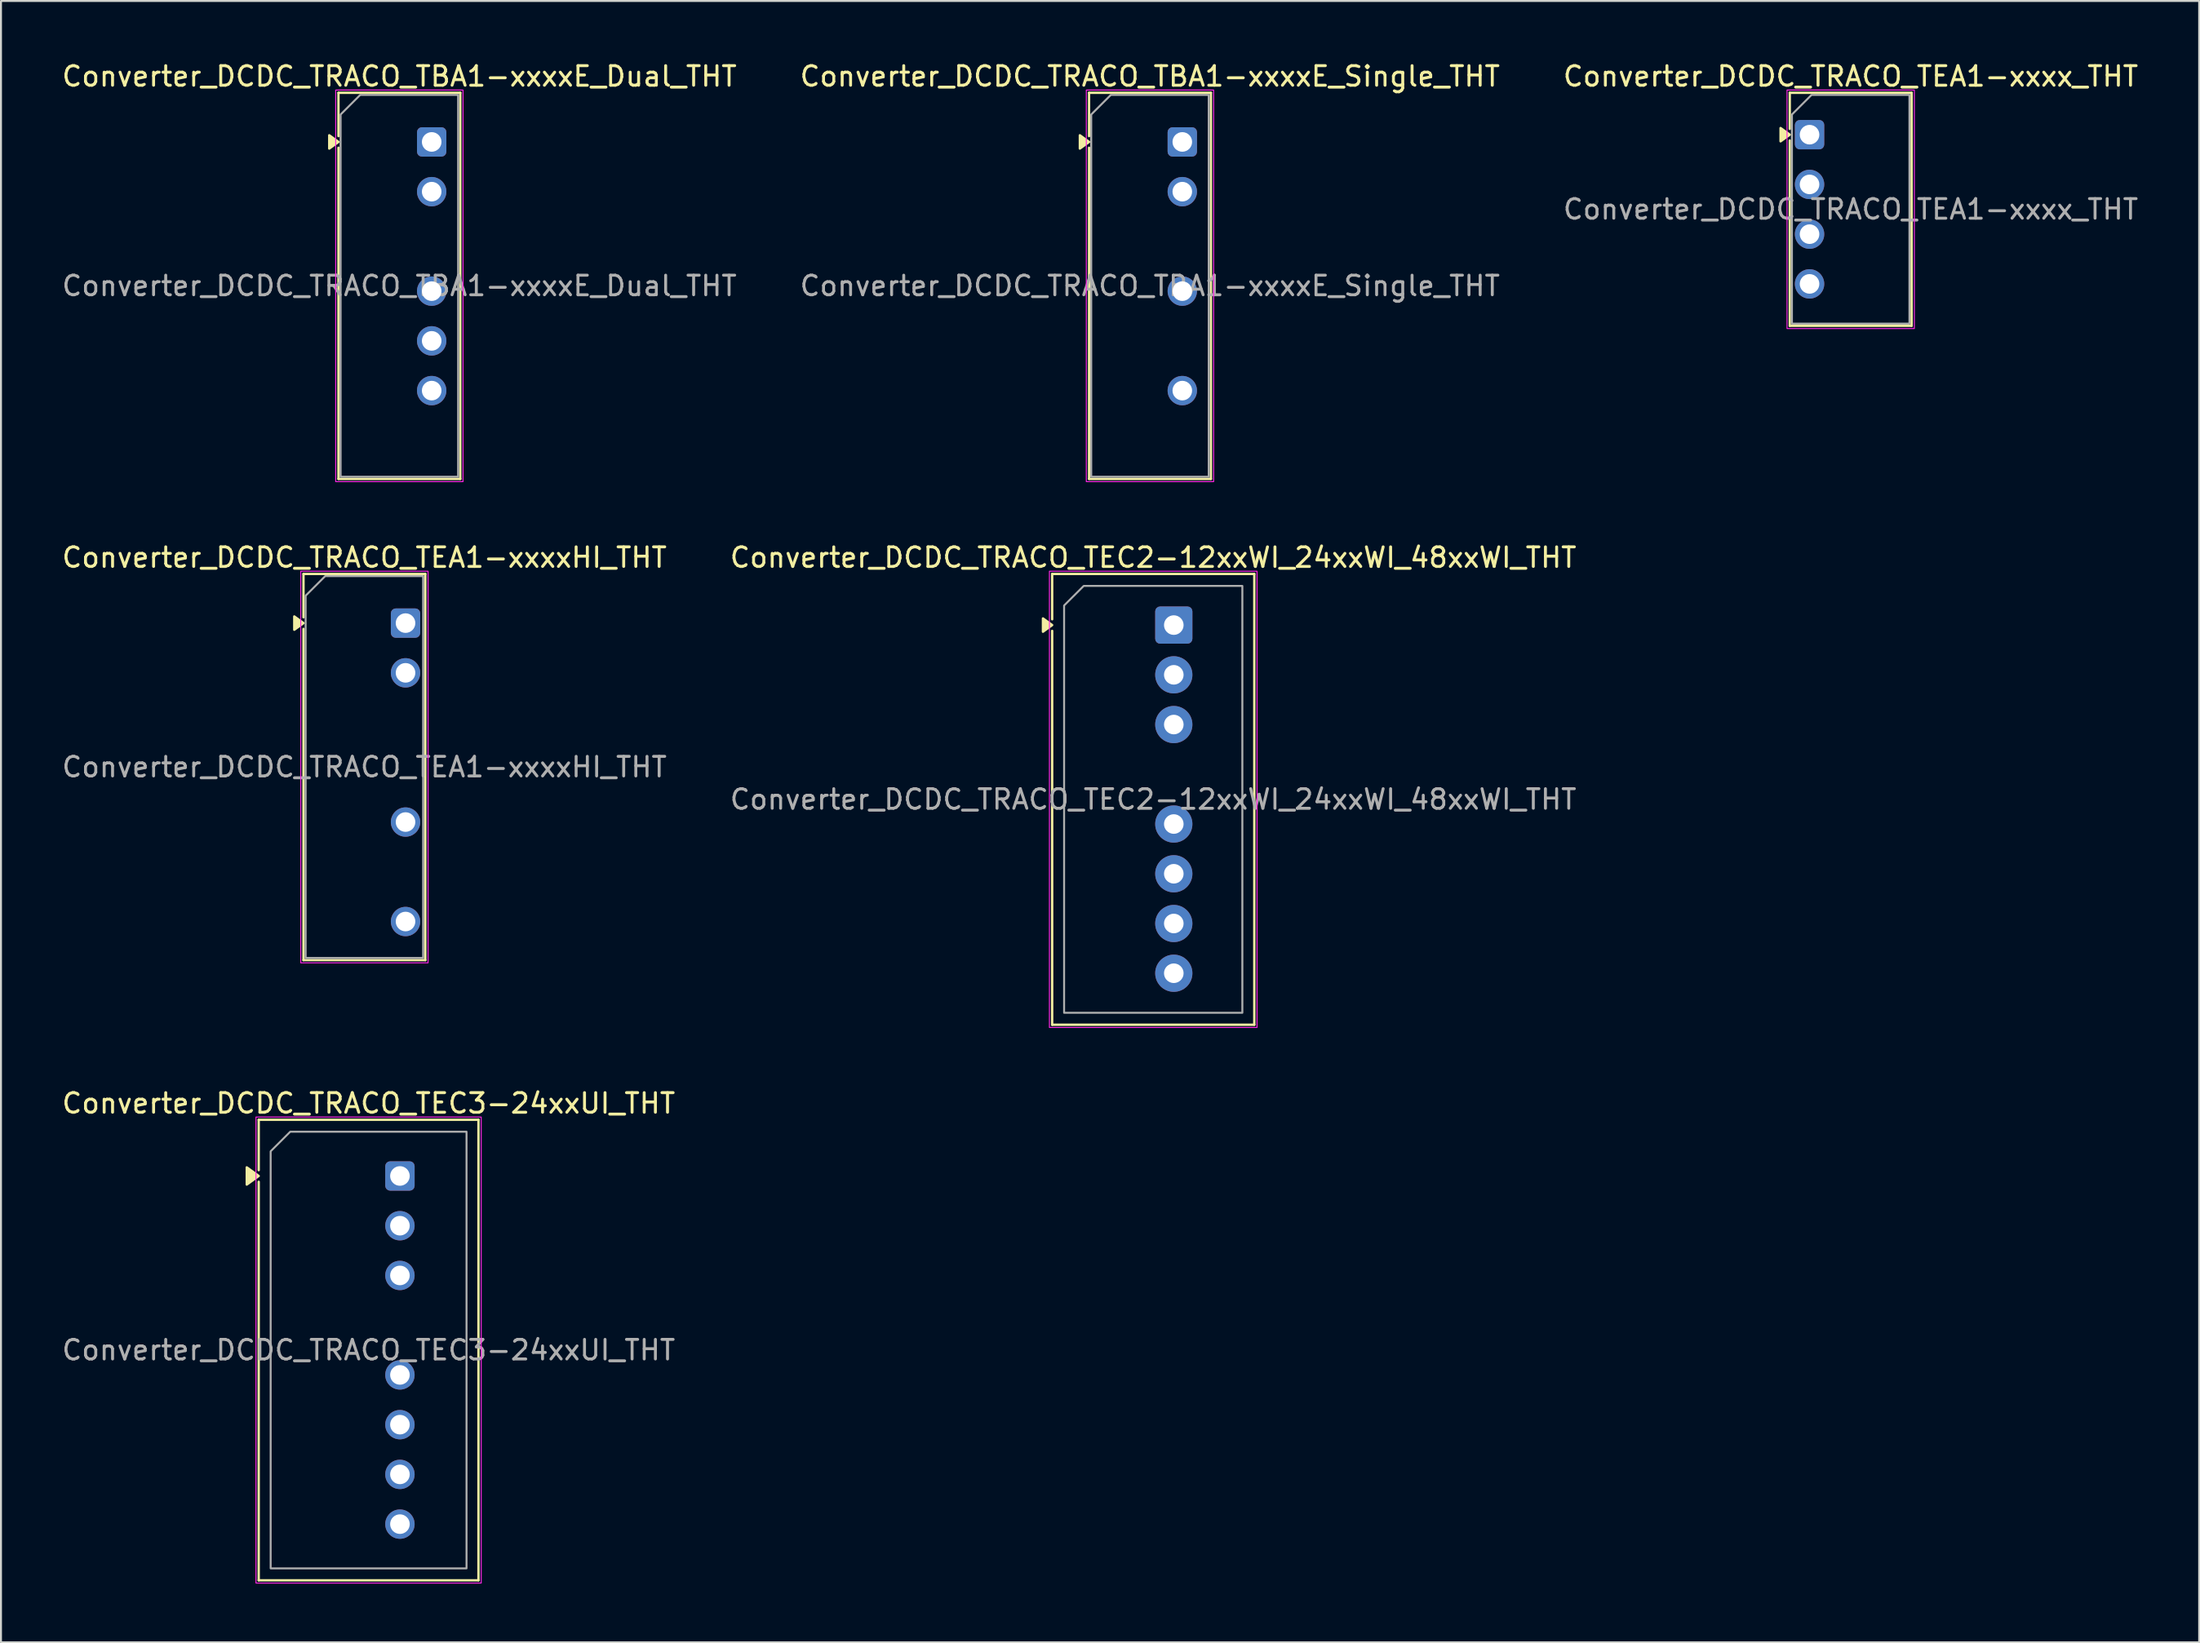
<source format=kicad_pcb>
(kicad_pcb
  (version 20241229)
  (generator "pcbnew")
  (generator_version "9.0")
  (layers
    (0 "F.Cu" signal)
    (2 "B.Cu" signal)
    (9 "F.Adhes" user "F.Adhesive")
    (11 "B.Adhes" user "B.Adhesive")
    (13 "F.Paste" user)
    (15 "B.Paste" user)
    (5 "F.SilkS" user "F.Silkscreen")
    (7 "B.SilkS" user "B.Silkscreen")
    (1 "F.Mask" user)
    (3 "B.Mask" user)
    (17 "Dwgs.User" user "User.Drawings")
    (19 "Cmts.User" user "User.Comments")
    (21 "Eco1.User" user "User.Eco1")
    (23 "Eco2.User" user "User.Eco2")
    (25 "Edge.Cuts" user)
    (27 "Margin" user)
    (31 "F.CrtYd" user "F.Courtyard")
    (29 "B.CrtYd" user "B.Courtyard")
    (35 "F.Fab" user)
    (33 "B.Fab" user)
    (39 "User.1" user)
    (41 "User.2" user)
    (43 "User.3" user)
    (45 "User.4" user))
  (footprint "Converter_DCDC_TRACO_TBA1-xxxxE_Dual_THT"
    (layer "F.Cu")
    (at 18.989 4.198)
    (property "Reference" "Converter_DCDC_TRACO_TBA1-xxxxE_Dual_THT" (at -1.65 -3.35 0) (layer "F.SilkS") (effects (font (size 1 1) (thickness 0.15))))
    (attr through_hole)
    (fp_line (start -4.76 -2.51) (end 1.46 -2.51) (stroke (width 0.12) (type solid)) (layer "F.SilkS"))
    (fp_line (start -4.76 -0.296) (end -4.76 -2.51) (stroke (width 0.12) (type solid)) (layer "F.SilkS"))
    (fp_line (start -4.76 17.21) (end -4.76 0.296) (stroke (width 0.12) (type solid)) (layer "F.SilkS"))
    (fp_line (start 1.46 -2.51) (end 1.46 17.21) (stroke (width 0.12) (type solid)) (layer "F.SilkS"))
    (fp_line (start 1.46 17.21) (end -4.76 17.21) (stroke (width 0.12) (type solid)) (layer "F.SilkS"))
    (fp_poly (pts (xy -4.76 0) (xy -5.23 0.34) (xy -5.23 -0.34)) (stroke (width 0.12) (type solid)) (fill yes) (layer "F.SilkS"))
    (fp_rect (start -4.9 -2.65) (end 1.6 17.35) (stroke (width 0.05) (type solid)) (fill no) (layer "F.CrtYd"))
    (fp_poly (pts (xy -4.65 -1.4) (xy -4.65 17.1) (xy 1.35 17.1) (xy 1.35 -2.4) (xy -3.65 -2.4)) (stroke (width 0.1) (type solid)) (fill no) (layer "F.Fab"))
    (fp_text user "${REFERENCE}" (at -1.65 7.35 0) (layer "F.Fab") (effects (font (size 1 1) (thickness 0.15))))
    (pad "1" thru_hole roundrect (at 0 0) (size 1.5 1.5) (drill 1) (layers "*.Cu" "*.Mask") (roundrect_rratio 0.167))
    (pad "2" thru_hole circle (at 0 2.54) (size 1.5 1.5) (drill 1) (layers "*.Cu" "*.Mask"))
    (pad "4" thru_hole circle (at 0 7.62) (size 1.5 1.5) (drill 1) (layers "*.Cu" "*.Mask"))
    (pad "5" thru_hole circle (at 0 10.16) (size 1.5 1.5) (drill 1) (layers "*.Cu" "*.Mask"))
    (pad "6" thru_hole circle (at 0 12.7) (size 1.5 1.5) (drill 1) (layers "*.Cu" "*.Mask")))
  (footprint "Converter_DCDC_TRACO_TEA1-xxxxHI_THT"
    (layer "F.Cu")
    (at 17.654 28.771)
    (property "Reference" "Converter_DCDC_TRACO_TEA1-xxxxHI_THT" (at -2.1 -3.35 0) (layer "F.SilkS") (effects (font (size 1 1) (thickness 0.15))))
    (attr through_hole)
    (fp_line (start -5.21 -2.51) (end 1.01 -2.51) (stroke (width 0.12) (type solid)) (layer "F.SilkS"))
    (fp_line (start -5.21 -0.296) (end -5.21 -2.51) (stroke (width 0.12) (type solid)) (layer "F.SilkS"))
    (fp_line (start -5.21 17.21) (end -5.21 0.296) (stroke (width 0.12) (type solid)) (layer "F.SilkS"))
    (fp_line (start 1.01 -2.51) (end 1.01 17.21) (stroke (width 0.12) (type solid)) (layer "F.SilkS"))
    (fp_line (start 1.01 17.21) (end -5.21 17.21) (stroke (width 0.12) (type solid)) (layer "F.SilkS"))
    (fp_poly (pts (xy -5.21 0) (xy -5.68 0.34) (xy -5.68 -0.34)) (stroke (width 0.12) (type solid)) (fill yes) (layer "F.SilkS"))
    (fp_rect (start -5.35 -2.65) (end 1.15 17.35) (stroke (width 0.05) (type solid)) (fill no) (layer "F.CrtYd"))
    (fp_poly (pts (xy -5.1 -1.4) (xy -5.1 17.1) (xy 0.9 17.1) (xy 0.9 -2.4) (xy -4.1 -2.4)) (stroke (width 0.1) (type solid)) (fill no) (layer "F.Fab"))
    (fp_text user "${REFERENCE}" (at -2.1 7.35 0) (layer "F.Fab") (effects (font (size 1 1) (thickness 0.15))))
    (pad "1" thru_hole roundrect (at 0 0) (size 1.5 1.5) (drill 1) (layers "*.Cu" "*.Mask") (roundrect_rratio 0.167))
    (pad "2" thru_hole circle (at 0 2.54) (size 1.5 1.5) (drill 1) (layers "*.Cu" "*.Mask"))
    (pad "5" thru_hole circle (at 0 10.16) (size 1.5 1.5) (drill 1) (layers "*.Cu" "*.Mask"))
    (pad "7" thru_hole circle (at 0 15.24) (size 1.5 1.5) (drill 1) (layers "*.Cu" "*.Mask")))
  (footprint "Converter_DCDC_TRACO_TEC3-24xxUI_THT"
    (layer "F.Cu")
    (at 17.368 57.005)
    (property "Reference" "Converter_DCDC_TRACO_TEC3-24xxUI_THT" (at -1.6 -3.71 0) (layer "F.SilkS") (effects (font (size 1 1) (thickness 0.15))))
    (attr through_hole)
    (fp_line (start -7.21 -2.87) (end 4.01 -2.87) (stroke (width 0.12) (type solid)) (layer "F.SilkS"))
    (fp_line (start -7.21 -0.296) (end -7.21 -2.87) (stroke (width 0.12) (type solid)) (layer "F.SilkS"))
    (fp_line (start -7.21 20.65) (end -7.21 0.296) (stroke (width 0.12) (type solid)) (layer "F.SilkS"))
    (fp_line (start 4.01 -2.87) (end 4.01 20.65) (stroke (width 0.12) (type solid)) (layer "F.SilkS"))
    (fp_line (start 4.01 20.65) (end -7.21 20.65) (stroke (width 0.12) (type solid)) (layer "F.SilkS"))
    (fp_poly (pts (xy -7.21 0) (xy -7.82 0.44) (xy -7.82 -0.44)) (stroke (width 0.12) (type solid)) (fill yes) (layer "F.SilkS"))
    (fp_rect (start -7.35 -3.01) (end 4.15 20.79) (stroke (width 0.05) (type solid)) (fill no) (layer "F.CrtYd"))
    (fp_poly (pts (xy -6.6 -1.26) (xy -6.6 20.04) (xy 3.4 20.04) (xy 3.4 -2.26) (xy -5.6 -2.26)) (stroke (width 0.1) (type solid)) (fill no) (layer "F.Fab"))
    (fp_text user "${REFERENCE}" (at -1.6 8.89 0) (layer "F.Fab") (effects (font (size 1 1) (thickness 0.15))))
    (pad "1" thru_hole roundrect (at 0 0) (size 1.5 1.5) (drill 1) (layers "*.Cu" "*.Mask") (roundrect_rratio 0.167))
    (pad "2" thru_hole circle (at 0 2.54) (size 1.5 1.5) (drill 1) (layers "*.Cu" "*.Mask"))
    (pad "3" thru_hole circle (at 0 5.08) (size 1.5 1.5) (drill 1) (layers "*.Cu" "*.Mask"))
    (pad "5" thru_hole circle (at 0 10.16) (size 1.5 1.5) (drill 1) (layers "*.Cu" "*.Mask"))
    (pad "6" thru_hole circle (at 0 12.7) (size 1.5 1.5) (drill 1) (layers "*.Cu" "*.Mask"))
    (pad "7" thru_hole circle (at 0 15.24) (size 1.5 1.5) (drill 1) (layers "*.Cu" "*.Mask"))
    (pad "8" thru_hole circle (at 0 17.78) (size 1.5 1.5) (drill 1) (layers "*.Cu" "*.Mask")))
  (footprint "Converter_DCDC_TRACO_TEC2-12xxWI_24xxWI_48xxWI_THT"
    (layer "F.Cu")
    (at 56.877 28.872)
    (property "Reference" "Converter_DCDC_TRACO_TEC2-12xxWI_24xxWI_48xxWI_THT" (at -1.05 -3.45 0) (layer "F.SilkS") (effects (font (size 1 1) (thickness 0.15))))
    (attr through_hole)
    (fp_line (start -6.21 -2.61) (end 4.11 -2.61) (stroke (width 0.12) (type solid)) (layer "F.SilkS"))
    (fp_line (start -6.21 -0.296) (end -6.21 -2.61) (stroke (width 0.12) (type solid)) (layer "F.SilkS"))
    (fp_line (start -6.21 20.41) (end -6.21 0.296) (stroke (width 0.12) (type solid)) (layer "F.SilkS"))
    (fp_line (start 4.11 -2.61) (end 4.11 20.41) (stroke (width 0.12) (type solid)) (layer "F.SilkS"))
    (fp_line (start 4.11 20.41) (end -6.21 20.41) (stroke (width 0.12) (type solid)) (layer "F.SilkS"))
    (fp_poly (pts (xy -6.21 0) (xy -6.68 0.34) (xy -6.68 -0.34)) (stroke (width 0.12) (type solid)) (fill yes) (layer "F.SilkS"))
    (fp_rect (start -6.35 -2.75) (end 4.25 20.55) (stroke (width 0.05) (type solid)) (fill no) (layer "F.CrtYd"))
    (fp_poly (pts (xy -5.6 -1) (xy -5.6 19.8) (xy 3.5 19.8) (xy 3.5 -2) (xy -4.6 -2)) (stroke (width 0.1) (type solid)) (fill no) (layer "F.Fab"))
    (fp_text user "${REFERENCE}" (at -1.05 8.9 0) (layer "F.Fab") (effects (font (size 1 1) (thickness 0.15))))
    (pad "1" thru_hole roundrect (at 0 0) (size 1.9 1.9) (drill 1) (layers "*.Cu" "*.Mask") (roundrect_rratio 0.132))
    (pad "2" thru_hole circle (at 0 2.54) (size 1.9 1.9) (drill 1) (layers "*.Cu" "*.Mask"))
    (pad "3" thru_hole circle (at 0 5.08) (size 1.9 1.9) (drill 1) (layers "*.Cu" "*.Mask"))
    (pad "5" thru_hole circle (at 0 10.16) (size 1.9 1.9) (drill 1) (layers "*.Cu" "*.Mask"))
    (pad "6" thru_hole circle (at 0 12.7) (size 1.9 1.9) (drill 1) (layers "*.Cu" "*.Mask"))
    (pad "7" thru_hole circle (at 0 15.24) (size 1.9 1.9) (drill 1) (layers "*.Cu" "*.Mask"))
    (pad "8" thru_hole circle (at 0 17.78) (size 1.9 1.9) (drill 1) (layers "*.Cu" "*.Mask")))
  (footprint "Converter_DCDC_TRACO_TEA1-xxxx_THT"
    (layer "F.Cu")
    (at 89.335 3.828)
    (property "Reference" "Converter_DCDC_TRACO_TEA1-xxxx_THT" (at 2.1 -2.98 0) (layer "F.SilkS") (effects (font (size 1 1) (thickness 0.15))))
    (attr through_hole)
    (fp_line (start -1.01 -2.14) (end 5.21 -2.14) (stroke (width 0.12) (type solid)) (layer "F.SilkS"))
    (fp_line (start -1.01 -0.296) (end -1.01 -2.14) (stroke (width 0.12) (type solid)) (layer "F.SilkS"))
    (fp_line (start -1.01 9.76) (end -1.01 0.296) (stroke (width 0.12) (type solid)) (layer "F.SilkS"))
    (fp_line (start 5.21 -2.14) (end 5.21 9.76) (stroke (width 0.12) (type solid)) (layer "F.SilkS"))
    (fp_line (start 5.21 9.76) (end -1.01 9.76) (stroke (width 0.12) (type solid)) (layer "F.SilkS"))
    (fp_poly (pts (xy -1.01 0) (xy -1.48 0.34) (xy -1.48 -0.34)) (stroke (width 0.12) (type solid)) (fill yes) (layer "F.SilkS"))
    (fp_rect (start -1.15 -2.28) (end 5.35 9.9) (stroke (width 0.05) (type solid)) (fill no) (layer "F.CrtYd"))
    (fp_poly (pts (xy -0.9 -1.03) (xy -0.9 9.65) (xy 5.1 9.65) (xy 5.1 -2.03) (xy 0.1 -2.03)) (stroke (width 0.1) (type solid)) (fill no) (layer "F.Fab"))
    (fp_text user "${REFERENCE}" (at 2.1 3.81 0) (layer "F.Fab") (effects (font (size 1 1) (thickness 0.15))))
    (pad "1" thru_hole roundrect (at 0 0) (size 1.5 1.5) (drill 1) (layers "*.Cu" "*.Mask") (roundrect_rratio 0.167))
    (pad "2" thru_hole circle (at 0 2.54) (size 1.5 1.5) (drill 1) (layers "*.Cu" "*.Mask"))
    (pad "3" thru_hole circle (at 0 5.08) (size 1.5 1.5) (drill 1) (layers "*.Cu" "*.Mask"))
    (pad "4" thru_hole circle (at 0 7.62) (size 1.5 1.5) (drill 1) (layers "*.Cu" "*.Mask")))
  (footprint "Converter_DCDC_TRACO_TBA1-xxxxE_Single_THT"
    (layer "F.Cu")
    (at 57.311 4.198)
    (property "Reference" "Converter_DCDC_TRACO_TBA1-xxxxE_Single_THT" (at -1.65 -3.35 0) (layer "F.SilkS") (effects (font (size 1 1) (thickness 0.15))))
    (attr through_hole)
    (fp_line (start -4.76 -2.51) (end 1.46 -2.51) (stroke (width 0.12) (type solid)) (layer "F.SilkS"))
    (fp_line (start -4.76 -0.296) (end -4.76 -2.51) (stroke (width 0.12) (type solid)) (layer "F.SilkS"))
    (fp_line (start -4.76 17.21) (end -4.76 0.296) (stroke (width 0.12) (type solid)) (layer "F.SilkS"))
    (fp_line (start 1.46 -2.51) (end 1.46 17.21) (stroke (width 0.12) (type solid)) (layer "F.SilkS"))
    (fp_line (start 1.46 17.21) (end -4.76 17.21) (stroke (width 0.12) (type solid)) (layer "F.SilkS"))
    (fp_poly (pts (xy -4.76 0) (xy -5.23 0.34) (xy -5.23 -0.34)) (stroke (width 0.12) (type solid)) (fill yes) (layer "F.SilkS"))
    (fp_rect (start -4.9 -2.65) (end 1.6 17.35) (stroke (width 0.05) (type solid)) (fill no) (layer "F.CrtYd"))
    (fp_poly (pts (xy -4.65 -1.4) (xy -4.65 17.1) (xy 1.35 17.1) (xy 1.35 -2.4) (xy -3.65 -2.4)) (stroke (width 0.1) (type solid)) (fill no) (layer "F.Fab"))
    (fp_text user "${REFERENCE}" (at -1.65 7.35 0) (layer "F.Fab") (effects (font (size 1 1) (thickness 0.15))))
    (pad "1" thru_hole roundrect (at 0 0) (size 1.5 1.5) (drill 1) (layers "*.Cu" "*.Mask") (roundrect_rratio 0.167))
    (pad "2" thru_hole circle (at 0 2.54) (size 1.5 1.5) (drill 1) (layers "*.Cu" "*.Mask"))
    (pad "4" thru_hole circle (at 0 7.62) (size 1.5 1.5) (drill 1) (layers "*.Cu" "*.Mask"))
    (pad "6" thru_hole circle (at 0 12.7) (size 1.5 1.5) (drill 1) (layers "*.Cu" "*.Mask")))
  (gr_rect
    (start -3 -3)
    (end 109.226 80.82)
    (stroke (width 0.1) (type default))
    (fill no)
    (layer "Edge.Cuts")))
</source>
